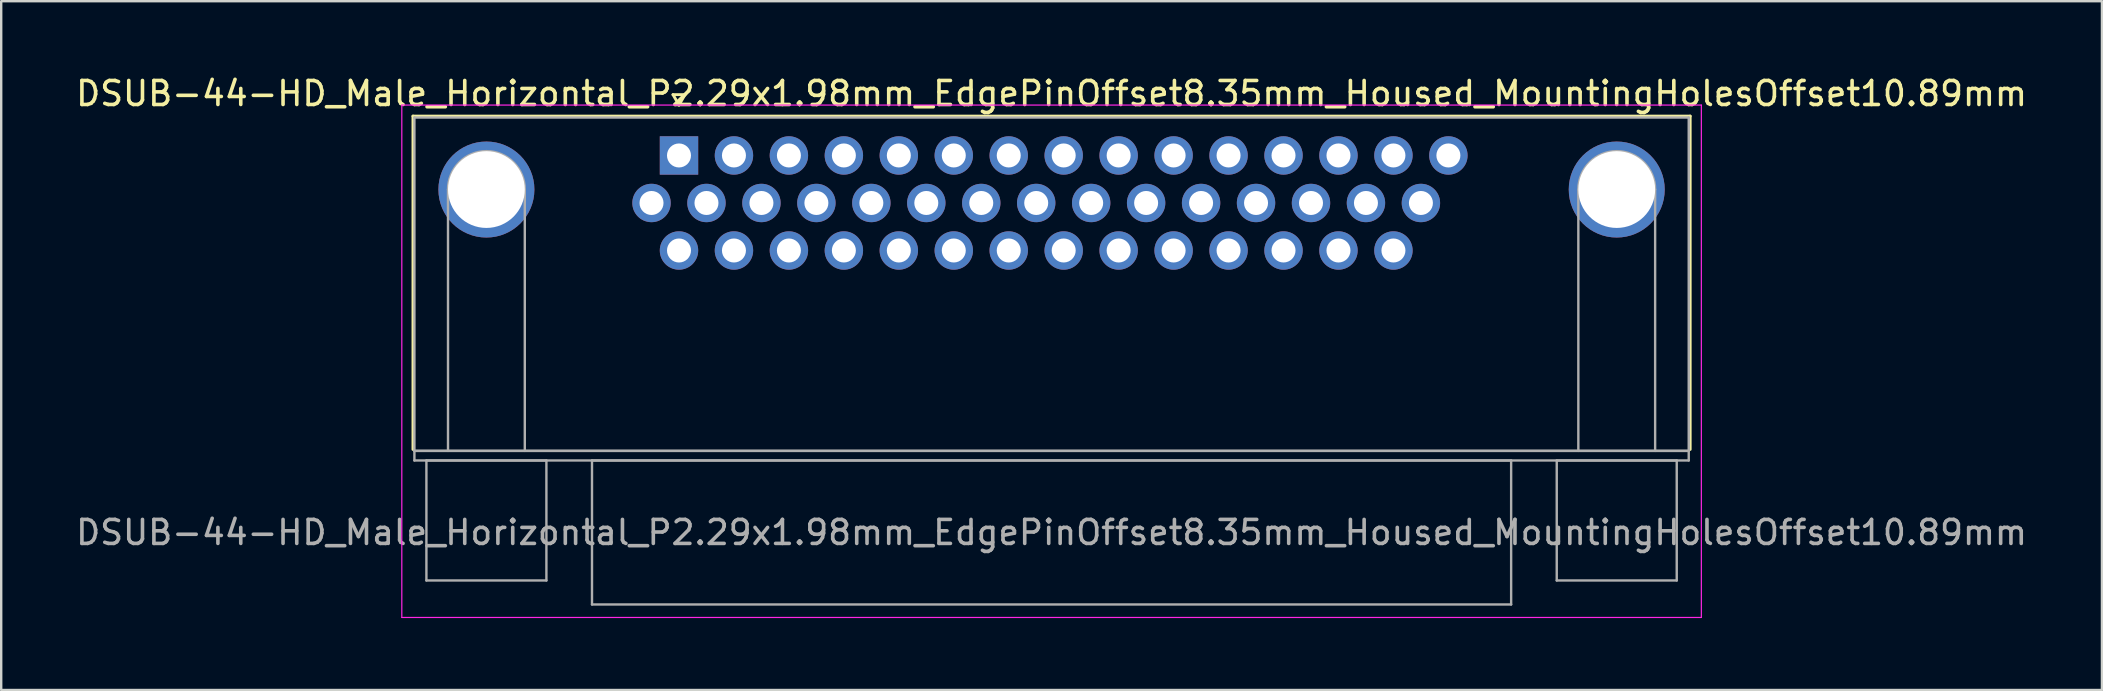
<source format=kicad_pcb>
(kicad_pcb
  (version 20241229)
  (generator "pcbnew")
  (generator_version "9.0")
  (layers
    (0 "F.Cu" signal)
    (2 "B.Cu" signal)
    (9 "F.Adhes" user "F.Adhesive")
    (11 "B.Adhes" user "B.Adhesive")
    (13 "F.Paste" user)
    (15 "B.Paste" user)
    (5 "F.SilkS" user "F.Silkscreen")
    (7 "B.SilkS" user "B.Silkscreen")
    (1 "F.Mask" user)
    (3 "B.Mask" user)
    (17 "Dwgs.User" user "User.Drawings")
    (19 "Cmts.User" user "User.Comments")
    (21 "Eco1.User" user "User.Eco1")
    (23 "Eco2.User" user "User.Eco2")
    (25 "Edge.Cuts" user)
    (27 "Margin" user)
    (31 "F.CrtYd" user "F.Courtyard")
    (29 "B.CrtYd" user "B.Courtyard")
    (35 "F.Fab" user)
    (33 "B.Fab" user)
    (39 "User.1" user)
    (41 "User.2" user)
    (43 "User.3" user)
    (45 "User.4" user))
  (footprint "DSUB-44-HD_Male_Horizontal_P2.29x1.98mm_EdgePinOffset8.35mm_Housed_MountingHolesOffset10.89mm"
    (layer "F.Cu")
    (at 25.243 3.428)
    (property "Reference" "DSUB-44-HD_Male_Horizontal_P2.29x1.98mm_EdgePinOffset8.35mm_Housed_MountingHolesOffset10.89mm" (at 15.525 -2.58 0) (layer "F.SilkS") (effects (font (size 1 1) (thickness 0.15))))
    (attr through_hole)
    (fp_line (start -11.085 -1.64) (end 42.135 -1.64) (stroke (width 0.12) (type solid)) (layer "F.SilkS"))
    (fp_line (start -11.085 12.25) (end -11.085 -1.64) (stroke (width 0.12) (type solid)) (layer "F.SilkS"))
    (fp_line (start -0.25 -2.534) (end 0.25 -2.534) (stroke (width 0.12) (type solid)) (layer "F.SilkS"))
    (fp_line (start 0 -2.101) (end -0.25 -2.534) (stroke (width 0.12) (type solid)) (layer "F.SilkS"))
    (fp_line (start 0.25 -2.534) (end 0 -2.101) (stroke (width 0.12) (type solid)) (layer "F.SilkS"))
    (fp_line (start 42.135 -1.64) (end 42.135 12.25) (stroke (width 0.12) (type solid)) (layer "F.SilkS"))
    (fp_line (start -11.55 -2.1) (end -11.55 19.25) (stroke (width 0.05) (type solid)) (layer "F.CrtYd"))
    (fp_line (start -11.55 19.25) (end 42.6 19.25) (stroke (width 0.05) (type solid)) (layer "F.CrtYd"))
    (fp_line (start 42.6 -2.1) (end -11.55 -2.1) (stroke (width 0.05) (type solid)) (layer "F.CrtYd"))
    (fp_line (start 42.6 19.25) (end 42.6 -2.1) (stroke (width 0.05) (type solid)) (layer "F.CrtYd"))
    (fp_line (start -11.025 -1.58) (end -11.025 12.31) (stroke (width 0.1) (type solid)) (layer "F.Fab"))
    (fp_line (start -11.025 12.31) (end -11.025 12.71) (stroke (width 0.1) (type solid)) (layer "F.Fab"))
    (fp_line (start -11.025 12.31) (end 42.075 12.31) (stroke (width 0.1) (type solid)) (layer "F.Fab"))
    (fp_line (start -11.025 12.71) (end 42.075 12.71) (stroke (width 0.1) (type solid)) (layer "F.Fab"))
    (fp_line (start -10.525 12.71) (end -10.525 17.71) (stroke (width 0.1) (type solid)) (layer "F.Fab"))
    (fp_line (start -10.525 17.71) (end -5.525 17.71) (stroke (width 0.1) (type solid)) (layer "F.Fab"))
    (fp_line (start -9.625 12.31) (end -9.625 1.42) (stroke (width 0.1) (type solid)) (layer "F.Fab"))
    (fp_line (start -6.425 12.31) (end -6.425 1.42) (stroke (width 0.1) (type solid)) (layer "F.Fab"))
    (fp_line (start -5.525 12.71) (end -10.525 12.71) (stroke (width 0.1) (type solid)) (layer "F.Fab"))
    (fp_line (start -5.525 17.71) (end -5.525 12.71) (stroke (width 0.1) (type solid)) (layer "F.Fab"))
    (fp_line (start -3.625 12.71) (end -3.625 18.71) (stroke (width 0.1) (type solid)) (layer "F.Fab"))
    (fp_line (start -3.625 18.71) (end 34.675 18.71) (stroke (width 0.1) (type solid)) (layer "F.Fab"))
    (fp_line (start 34.675 12.71) (end -3.625 12.71) (stroke (width 0.1) (type solid)) (layer "F.Fab"))
    (fp_line (start 34.675 18.71) (end 34.675 12.71) (stroke (width 0.1) (type solid)) (layer "F.Fab"))
    (fp_line (start 36.575 12.71) (end 36.575 17.71) (stroke (width 0.1) (type solid)) (layer "F.Fab"))
    (fp_line (start 36.575 17.71) (end 41.575 17.71) (stroke (width 0.1) (type solid)) (layer "F.Fab"))
    (fp_line (start 37.475 12.31) (end 37.475 1.42) (stroke (width 0.1) (type solid)) (layer "F.Fab"))
    (fp_line (start 40.675 12.31) (end 40.675 1.42) (stroke (width 0.1) (type solid)) (layer "F.Fab"))
    (fp_line (start 41.575 12.71) (end 36.575 12.71) (stroke (width 0.1) (type solid)) (layer "F.Fab"))
    (fp_line (start 41.575 17.71) (end 41.575 12.71) (stroke (width 0.1) (type solid)) (layer "F.Fab"))
    (fp_line (start 42.075 -1.58) (end -11.025 -1.58) (stroke (width 0.1) (type solid)) (layer "F.Fab"))
    (fp_line (start 42.075 12.31) (end -11.025 12.31) (stroke (width 0.1) (type solid)) (layer "F.Fab"))
    (fp_line (start 42.075 12.31) (end 42.075 -1.58) (stroke (width 0.1) (type solid)) (layer "F.Fab"))
    (fp_line (start 42.075 12.71) (end 42.075 12.31) (stroke (width 0.1) (type solid)) (layer "F.Fab"))
    (fp_arc (start -9.625 1.42) (mid -8.025 -0.18) (end -6.425 1.42) (stroke (width 0.1) (type solid)) (layer "F.Fab"))
    (fp_arc (start 37.475 1.42) (mid 39.075 -0.18) (end 40.675 1.42) (stroke (width 0.1) (type solid)) (layer "F.Fab"))
    (fp_text user "${REFERENCE}" (at 15.525 15.71 0) (layer "F.Fab") (effects (font (size 1 1) (thickness 0.15))))
    (pad "0" thru_hole circle (at -8.025 1.42) (size 4 4) (drill 3.2) (layers "*.Cu" "*.Mask"))
    (pad "0" thru_hole circle (at 39.075 1.42) (size 4 4) (drill 3.2) (layers "*.Cu" "*.Mask"))
    (pad "1" thru_hole rect (at 0 0) (size 1.6 1.6) (drill 1) (layers "*.Cu" "*.Mask"))
    (pad "2" thru_hole circle (at 2.29 0) (size 1.6 1.6) (drill 1) (layers "*.Cu" "*.Mask"))
    (pad "3" thru_hole circle (at 4.58 0) (size 1.6 1.6) (drill 1) (layers "*.Cu" "*.Mask"))
    (pad "4" thru_hole circle (at 6.87 0) (size 1.6 1.6) (drill 1) (layers "*.Cu" "*.Mask"))
    (pad "5" thru_hole circle (at 9.16 0) (size 1.6 1.6) (drill 1) (layers "*.Cu" "*.Mask"))
    (pad "6" thru_hole circle (at 11.45 0) (size 1.6 1.6) (drill 1) (layers "*.Cu" "*.Mask"))
    (pad "7" thru_hole circle (at 13.74 0) (size 1.6 1.6) (drill 1) (layers "*.Cu" "*.Mask"))
    (pad "8" thru_hole circle (at 16.03 0) (size 1.6 1.6) (drill 1) (layers "*.Cu" "*.Mask"))
    (pad "9" thru_hole circle (at 18.32 0) (size 1.6 1.6) (drill 1) (layers "*.Cu" "*.Mask"))
    (pad "10" thru_hole circle (at 20.61 0) (size 1.6 1.6) (drill 1) (layers "*.Cu" "*.Mask"))
    (pad "11" thru_hole circle (at 22.9 0) (size 1.6 1.6) (drill 1) (layers "*.Cu" "*.Mask"))
    (pad "12" thru_hole circle (at 25.19 0) (size 1.6 1.6) (drill 1) (layers "*.Cu" "*.Mask"))
    (pad "13" thru_hole circle (at 27.48 0) (size 1.6 1.6) (drill 1) (layers "*.Cu" "*.Mask"))
    (pad "14" thru_hole circle (at 29.77 0) (size 1.6 1.6) (drill 1) (layers "*.Cu" "*.Mask"))
    (pad "15" thru_hole circle (at 32.06 0) (size 1.6 1.6) (drill 1) (layers "*.Cu" "*.Mask"))
    (pad "16" thru_hole circle (at -1.145 1.98) (size 1.6 1.6) (drill 1) (layers "*.Cu" "*.Mask"))
    (pad "17" thru_hole circle (at 1.145 1.98) (size 1.6 1.6) (drill 1) (layers "*.Cu" "*.Mask"))
    (pad "18" thru_hole circle (at 3.435 1.98) (size 1.6 1.6) (drill 1) (layers "*.Cu" "*.Mask"))
    (pad "19" thru_hole circle (at 5.725 1.98) (size 1.6 1.6) (drill 1) (layers "*.Cu" "*.Mask"))
    (pad "20" thru_hole circle (at 8.015 1.98) (size 1.6 1.6) (drill 1) (layers "*.Cu" "*.Mask"))
    (pad "21" thru_hole circle (at 10.305 1.98) (size 1.6 1.6) (drill 1) (layers "*.Cu" "*.Mask"))
    (pad "22" thru_hole circle (at 12.595 1.98) (size 1.6 1.6) (drill 1) (layers "*.Cu" "*.Mask"))
    (pad "23" thru_hole circle (at 14.885 1.98) (size 1.6 1.6) (drill 1) (layers "*.Cu" "*.Mask"))
    (pad "24" thru_hole circle (at 17.175 1.98) (size 1.6 1.6) (drill 1) (layers "*.Cu" "*.Mask"))
    (pad "25" thru_hole circle (at 19.465 1.98) (size 1.6 1.6) (drill 1) (layers "*.Cu" "*.Mask"))
    (pad "26" thru_hole circle (at 21.755 1.98) (size 1.6 1.6) (drill 1) (layers "*.Cu" "*.Mask"))
    (pad "27" thru_hole circle (at 24.045 1.98) (size 1.6 1.6) (drill 1) (layers "*.Cu" "*.Mask"))
    (pad "28" thru_hole circle (at 26.335 1.98) (size 1.6 1.6) (drill 1) (layers "*.Cu" "*.Mask"))
    (pad "29" thru_hole circle (at 28.625 1.98) (size 1.6 1.6) (drill 1) (layers "*.Cu" "*.Mask"))
    (pad "30" thru_hole circle (at 30.915 1.98) (size 1.6 1.6) (drill 1) (layers "*.Cu" "*.Mask"))
    (pad "31" thru_hole circle (at 0 3.96) (size 1.6 1.6) (drill 1) (layers "*.Cu" "*.Mask"))
    (pad "32" thru_hole circle (at 2.29 3.96) (size 1.6 1.6) (drill 1) (layers "*.Cu" "*.Mask"))
    (pad "33" thru_hole circle (at 4.58 3.96) (size 1.6 1.6) (drill 1) (layers "*.Cu" "*.Mask"))
    (pad "34" thru_hole circle (at 6.87 3.96) (size 1.6 1.6) (drill 1) (layers "*.Cu" "*.Mask"))
    (pad "35" thru_hole circle (at 9.16 3.96) (size 1.6 1.6) (drill 1) (layers "*.Cu" "*.Mask"))
    (pad "36" thru_hole circle (at 11.45 3.96) (size 1.6 1.6) (drill 1) (layers "*.Cu" "*.Mask"))
    (pad "37" thru_hole circle (at 13.74 3.96) (size 1.6 1.6) (drill 1) (layers "*.Cu" "*.Mask"))
    (pad "38" thru_hole circle (at 16.03 3.96) (size 1.6 1.6) (drill 1) (layers "*.Cu" "*.Mask"))
    (pad "39" thru_hole circle (at 18.32 3.96) (size 1.6 1.6) (drill 1) (layers "*.Cu" "*.Mask"))
    (pad "40" thru_hole circle (at 20.61 3.96) (size 1.6 1.6) (drill 1) (layers "*.Cu" "*.Mask"))
    (pad "41" thru_hole circle (at 22.9 3.96) (size 1.6 1.6) (drill 1) (layers "*.Cu" "*.Mask"))
    (pad "42" thru_hole circle (at 25.19 3.96) (size 1.6 1.6) (drill 1) (layers "*.Cu" "*.Mask"))
    (pad "43" thru_hole circle (at 27.48 3.96) (size 1.6 1.6) (drill 1) (layers "*.Cu" "*.Mask"))
    (pad "44" thru_hole circle (at 29.77 3.96) (size 1.6 1.6) (drill 1) (layers "*.Cu" "*.Mask")))
  (gr_rect
    (start -3 -3)
    (end 84.536 25.703)
    (stroke (width 0.1) (type default))
    (fill no)
    (layer "Edge.Cuts")))
</source>
